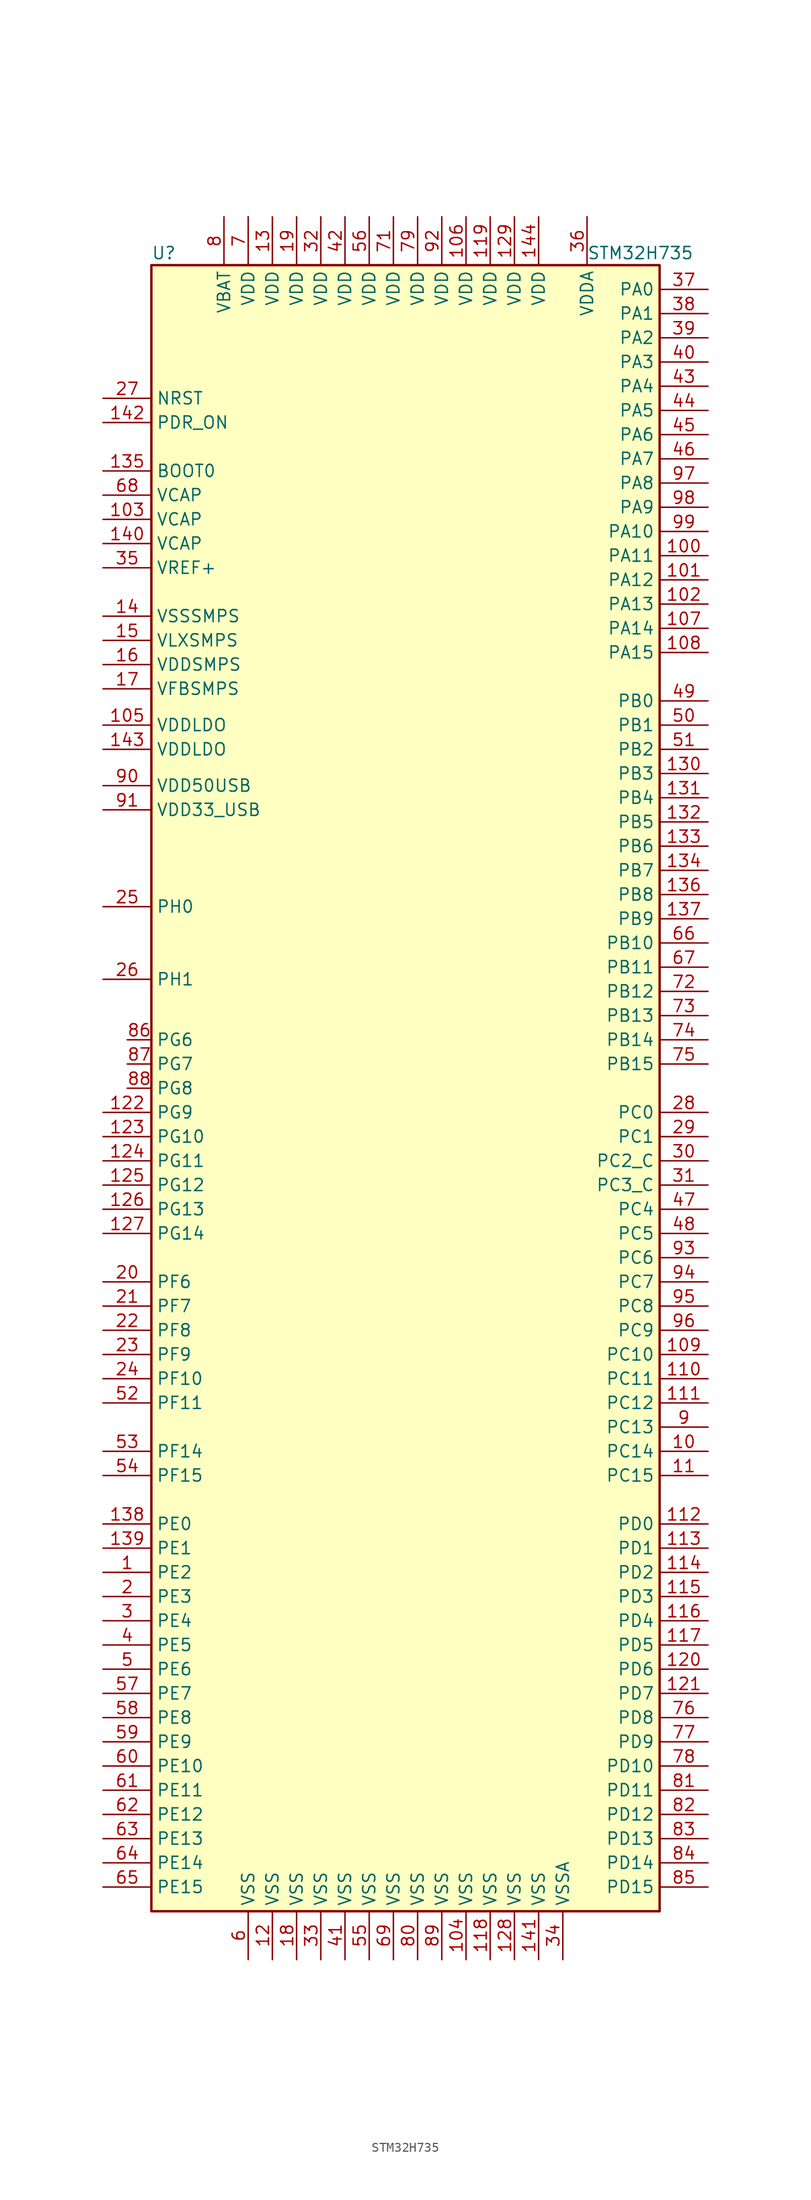
<source format=kicad_sym>
(kicad_symbol_lib
  (version 20211014)
  (generator kicad_symbol_editor)
  (symbol "STM32H735"
    (property "Reference" "U"
      (at -27.94 87.63 0)
      (effects (font (size 1.27 1.27)) (justify left)))
    (property "Value" "STM32H735"
      (at 17.78 87.63 0)
      (effects (font (size 1.27 1.27)) (justify left)))
    (symbol "STM32H735_0_0"
      (pin unspecified line (at 10.16 91.44 270) (length 5.08) (name "VDD" (effects (font (size 1.27 1.27)))) (number "129" (effects (font (size 1.27 1.27)))))
      (pin unspecified line (at -33.02 -45.72 0) (length 5.08) (name "PE0" (effects (font (size 1.27 1.27)))) (number "138" (effects (font (size 1.27 1.27)))))
      (pin unspecified line (at -33.02 -48.26 0) (length 5.08) (name "PE1" (effects (font (size 1.27 1.27)))) (number "139" (effects (font (size 1.27 1.27)))))
      (pin unspecified line (at 12.7 -91.44 90) (length 5.08) (name "VSS" (effects (font (size 1.27 1.27)))) (number "141" (effects (font (size 1.27 1.27)))))
      (pin bidirectional line (at -30.48 5.08 0) (length 2.54) (name "PG6" (effects (font (size 1.27 1.27)))) (number "86" (effects (font (size 1.27 1.27)))))
      (pin bidirectional line (at -30.48 2.54 0) (length 2.54) (name "PG7" (effects (font (size 1.27 1.27)))) (number "87" (effects (font (size 1.27 1.27)))))
      (pin bidirectional line (at -30.48 0 0) (length 2.54) (name "PG8" (effects (font (size 1.27 1.27)))) (number "88" (effects (font (size 1.27 1.27)))))
      (pin unspecified line (at -33.02 31.75 0) (length 5.08) (name "VDD50USB" (effects (font (size 1.27 1.27)))) (number "90" (effects (font (size 1.27 1.27))))))
    (symbol "STM32H735_0_1"
      (rectangle (start -27.94 -86.36) (end 25.4 86.36) (stroke (width 0.254) (type default) (color 0 0 0 0)) (fill (type background))))
    (symbol "STM32H735_1_1"
      (pin bidirectional line (at -33.02 -50.8 0) (length 5.08) (name "PE2" (effects (font (size 1.27 1.27)))) (number "1" (effects (font (size 1.27 1.27)))))
      (pin bidirectional line (at 30.48 -38.1 180) (length 5.08) (name "PC14" (effects (font (size 1.27 1.27)))) (number "10" (effects (font (size 1.27 1.27)))))
      (pin bidirectional line (at 30.48 55.88 180) (length 5.08) (name "PA11" (effects (font (size 1.27 1.27)))) (number "100" (effects (font (size 1.27 1.27)))))
      (pin bidirectional line (at 30.48 53.34 180) (length 5.08) (name "PA12" (effects (font (size 1.27 1.27)))) (number "101" (effects (font (size 1.27 1.27)))))
      (pin bidirectional line (at 30.48 50.8 180) (length 5.08) (name "PA13" (effects (font (size 1.27 1.27)))) (number "102" (effects (font (size 1.27 1.27)))))
      (pin power_in line (at -33.02 59.69 0) (length 5.08) (name "VCAP" (effects (font (size 1.27 1.27)))) (number "103" (effects (font (size 1.27 1.27)))))
      (pin power_in line (at 5.08 -91.44 90) (length 5.08) (name "VSS" (effects (font (size 1.27 1.27)))) (number "104" (effects (font (size 1.27 1.27)))))
      (pin power_in line (at -33.02 38.1 0) (length 5.08) (name "VDDLDO" (effects (font (size 1.27 1.27)))) (number "105" (effects (font (size 1.27 1.27)))))
      (pin power_in line (at 5.08 91.44 270) (length 5.08) (name "VDD" (effects (font (size 1.27 1.27)))) (number "106" (effects (font (size 1.27 1.27)))))
      (pin bidirectional line (at 30.48 48.26 180) (length 5.08) (name "PA14" (effects (font (size 1.27 1.27)))) (number "107" (effects (font (size 1.27 1.27)))))
      (pin bidirectional line (at 30.48 45.72 180) (length 5.08) (name "PA15" (effects (font (size 1.27 1.27)))) (number "108" (effects (font (size 1.27 1.27)))))
      (pin bidirectional line (at 30.48 -27.94 180) (length 5.08) (name "PC10" (effects (font (size 1.27 1.27)))) (number "109" (effects (font (size 1.27 1.27)))))
      (pin bidirectional line (at 30.48 -40.64 180) (length 5.08) (name "PC15" (effects (font (size 1.27 1.27)))) (number "11" (effects (font (size 1.27 1.27)))))
      (pin bidirectional line (at 30.48 -30.48 180) (length 5.08) (name "PC11" (effects (font (size 1.27 1.27)))) (number "110" (effects (font (size 1.27 1.27)))))
      (pin bidirectional line (at 30.48 -33.02 180) (length 5.08) (name "PC12" (effects (font (size 1.27 1.27)))) (number "111" (effects (font (size 1.27 1.27)))))
      (pin bidirectional line (at 30.48 -45.72 180) (length 5.08) (name "PD0" (effects (font (size 1.27 1.27)))) (number "112" (effects (font (size 1.27 1.27)))))
      (pin bidirectional line (at 30.48 -48.26 180) (length 5.08) (name "PD1" (effects (font (size 1.27 1.27)))) (number "113" (effects (font (size 1.27 1.27)))))
      (pin bidirectional line (at 30.48 -50.8 180) (length 5.08) (name "PD2" (effects (font (size 1.27 1.27)))) (number "114" (effects (font (size 1.27 1.27)))))
      (pin bidirectional line (at 30.48 -53.34 180) (length 5.08) (name "PD3" (effects (font (size 1.27 1.27)))) (number "115" (effects (font (size 1.27 1.27)))))
      (pin bidirectional line (at 30.48 -55.88 180) (length 5.08) (name "PD4" (effects (font (size 1.27 1.27)))) (number "116" (effects (font (size 1.27 1.27)))))
      (pin bidirectional line (at 30.48 -58.42 180) (length 5.08) (name "PD5" (effects (font (size 1.27 1.27)))) (number "117" (effects (font (size 1.27 1.27)))))
      (pin power_in line (at 7.62 -91.44 90) (length 5.08) (name "VSS" (effects (font (size 1.27 1.27)))) (number "118" (effects (font (size 1.27 1.27)))))
      (pin power_in line (at 7.62 91.44 270) (length 5.08) (name "VDD" (effects (font (size 1.27 1.27)))) (number "119" (effects (font (size 1.27 1.27)))))
      (pin power_in line (at -15.24 -91.44 90) (length 5.08) (name "VSS" (effects (font (size 1.27 1.27)))) (number "12" (effects (font (size 1.27 1.27)))))
      (pin bidirectional line (at 30.48 -60.96 180) (length 5.08) (name "PD6" (effects (font (size 1.27 1.27)))) (number "120" (effects (font (size 1.27 1.27)))))
      (pin bidirectional line (at 30.48 -63.5 180) (length 5.08) (name "PD7" (effects (font (size 1.27 1.27)))) (number "121" (effects (font (size 1.27 1.27)))))
      (pin bidirectional line (at -33.02 -2.54 0) (length 5.08) (name "PG9" (effects (font (size 1.27 1.27)))) (number "122" (effects (font (size 1.27 1.27)))))
      (pin bidirectional line (at -33.02 -5.08 0) (length 5.08) (name "PG10" (effects (font (size 1.27 1.27)))) (number "123" (effects (font (size 1.27 1.27)))))
      (pin bidirectional line (at -33.02 -7.62 0) (length 5.08) (name "PG11" (effects (font (size 1.27 1.27)))) (number "124" (effects (font (size 1.27 1.27)))))
      (pin bidirectional line (at -33.02 -10.16 0) (length 5.08) (name "PG12" (effects (font (size 1.27 1.27)))) (number "125" (effects (font (size 1.27 1.27)))))
      (pin bidirectional line (at -33.02 -12.7 0) (length 5.08) (name "PG13" (effects (font (size 1.27 1.27)))) (number "126" (effects (font (size 1.27 1.27)))))
      (pin bidirectional line (at -33.02 -15.24 0) (length 5.08) (name "PG14" (effects (font (size 1.27 1.27)))) (number "127" (effects (font (size 1.27 1.27)))))
      (pin power_in line (at 10.16 -91.44 90) (length 5.08) (name "VSS" (effects (font (size 1.27 1.27)))) (number "128" (effects (font (size 1.27 1.27)))))
      (pin power_in line (at -15.24 91.44 270) (length 5.08) (name "VDD" (effects (font (size 1.27 1.27)))) (number "13" (effects (font (size 1.27 1.27)))))
      (pin bidirectional line (at 30.48 33.02 180) (length 5.08) (name "PB3" (effects (font (size 1.27 1.27)))) (number "130" (effects (font (size 1.27 1.27)))))
      (pin bidirectional line (at 30.48 30.48 180) (length 5.08) (name "PB4" (effects (font (size 1.27 1.27)))) (number "131" (effects (font (size 1.27 1.27)))))
      (pin bidirectional line (at 30.48 27.94 180) (length 5.08) (name "PB5" (effects (font (size 1.27 1.27)))) (number "132" (effects (font (size 1.27 1.27)))))
      (pin bidirectional line (at 30.48 25.4 180) (length 5.08) (name "PB6" (effects (font (size 1.27 1.27)))) (number "133" (effects (font (size 1.27 1.27)))))
      (pin bidirectional line (at 30.48 22.86 180) (length 5.08) (name "PB7" (effects (font (size 1.27 1.27)))) (number "134" (effects (font (size 1.27 1.27)))))
      (pin input line (at -33.02 64.77 0) (length 5.08) (name "BOOT0" (effects (font (size 1.27 1.27)))) (number "135" (effects (font (size 1.27 1.27)))))
      (pin bidirectional line (at 30.48 20.32 180) (length 5.08) (name "PB8" (effects (font (size 1.27 1.27)))) (number "136" (effects (font (size 1.27 1.27)))))
      (pin bidirectional line (at 30.48 17.78 180) (length 5.08) (name "PB9" (effects (font (size 1.27 1.27)))) (number "137" (effects (font (size 1.27 1.27)))))
      (pin bidirectional line (at -33.02 49.53 0) (length 5.08) (name "VSSSMPS" (effects (font (size 1.27 1.27)))) (number "14" (effects (font (size 1.27 1.27)))))
      (pin power_in line (at -33.02 57.15 0) (length 5.08) (name "VCAP" (effects (font (size 1.27 1.27)))) (number "140" (effects (font (size 1.27 1.27)))))
      (pin input line (at -33.02 69.85 0) (length 5.08) (name "PDR_ON" (effects (font (size 1.27 1.27)))) (number "142" (effects (font (size 1.27 1.27)))))
      (pin power_in line (at -33.02 35.56 0) (length 5.08) (name "VDDLDO" (effects (font (size 1.27 1.27)))) (number "143" (effects (font (size 1.27 1.27)))))
      (pin power_in line (at 12.7 91.44 270) (length 5.08) (name "VDD" (effects (font (size 1.27 1.27)))) (number "144" (effects (font (size 1.27 1.27)))))
      (pin bidirectional line (at -33.02 46.99 0) (length 5.08) (name "VLXSMPS" (effects (font (size 1.27 1.27)))) (number "15" (effects (font (size 1.27 1.27)))))
      (pin bidirectional line (at -33.02 44.45 0) (length 5.08) (name "VDDSMPS" (effects (font (size 1.27 1.27)))) (number "16" (effects (font (size 1.27 1.27)))))
      (pin bidirectional line (at -33.02 41.91 0) (length 5.08) (name "VFBSMPS" (effects (font (size 1.27 1.27)))) (number "17" (effects (font (size 1.27 1.27)))))
      (pin power_in line (at -12.7 -91.44 90) (length 5.08) (name "VSS" (effects (font (size 1.27 1.27)))) (number "18" (effects (font (size 1.27 1.27)))))
      (pin power_in line (at -12.7 91.44 270) (length 5.08) (name "VDD" (effects (font (size 1.27 1.27)))) (number "19" (effects (font (size 1.27 1.27)))))
      (pin bidirectional line (at -33.02 -53.34 0) (length 5.08) (name "PE3" (effects (font (size 1.27 1.27)))) (number "2" (effects (font (size 1.27 1.27)))))
      (pin bidirectional line (at -33.02 -20.32 0) (length 5.08) (name "PF6" (effects (font (size 1.27 1.27)))) (number "20" (effects (font (size 1.27 1.27)))))
      (pin bidirectional line (at -33.02 -22.86 0) (length 5.08) (name "PF7" (effects (font (size 1.27 1.27)))) (number "21" (effects (font (size 1.27 1.27)))))
      (pin bidirectional line (at -33.02 -25.4 0) (length 5.08) (name "PF8" (effects (font (size 1.27 1.27)))) (number "22" (effects (font (size 1.27 1.27)))))
      (pin bidirectional line (at -33.02 -27.94 0) (length 5.08) (name "PF9" (effects (font (size 1.27 1.27)))) (number "23" (effects (font (size 1.27 1.27)))))
      (pin bidirectional line (at -33.02 -30.48 0) (length 5.08) (name "PF10" (effects (font (size 1.27 1.27)))) (number "24" (effects (font (size 1.27 1.27)))))
      (pin input line (at -33.02 19.05 0) (length 5.08) (name "PH0" (effects (font (size 1.27 1.27)))) (number "25" (effects (font (size 1.27 1.27)))))
      (pin input line (at -33.02 11.43 0) (length 5.08) (name "PH1" (effects (font (size 1.27 1.27)))) (number "26" (effects (font (size 1.27 1.27)))))
      (pin input line (at -33.02 72.39 0) (length 5.08) (name "NRST" (effects (font (size 1.27 1.27)))) (number "27" (effects (font (size 1.27 1.27)))))
      (pin bidirectional line (at 30.48 -2.54 180) (length 5.08) (name "PC0" (effects (font (size 1.27 1.27)))) (number "28" (effects (font (size 1.27 1.27)))))
      (pin bidirectional line (at 30.48 -5.08 180) (length 5.08) (name "PC1" (effects (font (size 1.27 1.27)))) (number "29" (effects (font (size 1.27 1.27)))))
      (pin bidirectional line (at -33.02 -55.88 0) (length 5.08) (name "PE4" (effects (font (size 1.27 1.27)))) (number "3" (effects (font (size 1.27 1.27)))))
      (pin bidirectional line (at 30.48 -7.62 180) (length 5.08) (name "PC2_C" (effects (font (size 1.27 1.27)))) (number "30" (effects (font (size 1.27 1.27)))))
      (pin bidirectional line (at 30.48 -10.16 180) (length 5.08) (name "PC3_C" (effects (font (size 1.27 1.27)))) (number "31" (effects (font (size 1.27 1.27)))))
      (pin power_in line (at -10.16 91.44 270) (length 5.08) (name "VDD" (effects (font (size 1.27 1.27)))) (number "32" (effects (font (size 1.27 1.27)))))
      (pin power_in line (at -10.16 -91.44 90) (length 5.08) (name "VSS" (effects (font (size 1.27 1.27)))) (number "33" (effects (font (size 1.27 1.27)))))
      (pin power_in line (at 15.24 -91.44 90) (length 5.08) (name "VSSA" (effects (font (size 1.27 1.27)))) (number "34" (effects (font (size 1.27 1.27)))))
      (pin bidirectional line (at -33.02 54.61 0) (length 5.08) (name "VREF+" (effects (font (size 1.27 1.27)))) (number "35" (effects (font (size 1.27 1.27)))))
      (pin power_in line (at 17.78 91.44 270) (length 5.08) (name "VDDA" (effects (font (size 1.27 1.27)))) (number "36" (effects (font (size 1.27 1.27)))))
      (pin bidirectional line (at 30.48 83.82 180) (length 5.08) (name "PA0" (effects (font (size 1.27 1.27)))) (number "37" (effects (font (size 1.27 1.27)))))
      (pin bidirectional line (at 30.48 81.28 180) (length 5.08) (name "PA1" (effects (font (size 1.27 1.27)))) (number "38" (effects (font (size 1.27 1.27)))))
      (pin bidirectional line (at 30.48 78.74 180) (length 5.08) (name "PA2" (effects (font (size 1.27 1.27)))) (number "39" (effects (font (size 1.27 1.27)))))
      (pin bidirectional line (at -33.02 -58.42 0) (length 5.08) (name "PE5" (effects (font (size 1.27 1.27)))) (number "4" (effects (font (size 1.27 1.27)))))
      (pin bidirectional line (at 30.48 76.2 180) (length 5.08) (name "PA3" (effects (font (size 1.27 1.27)))) (number "40" (effects (font (size 1.27 1.27)))))
      (pin power_in line (at -7.62 -91.44 90) (length 5.08) (name "VSS" (effects (font (size 1.27 1.27)))) (number "41" (effects (font (size 1.27 1.27)))))
      (pin power_in line (at -7.62 91.44 270) (length 5.08) (name "VDD" (effects (font (size 1.27 1.27)))) (number "42" (effects (font (size 1.27 1.27)))))
      (pin bidirectional line (at 30.48 73.66 180) (length 5.08) (name "PA4" (effects (font (size 1.27 1.27)))) (number "43" (effects (font (size 1.27 1.27)))))
      (pin bidirectional line (at 30.48 71.12 180) (length 5.08) (name "PA5" (effects (font (size 1.27 1.27)))) (number "44" (effects (font (size 1.27 1.27)))))
      (pin bidirectional line (at 30.48 68.58 180) (length 5.08) (name "PA6" (effects (font (size 1.27 1.27)))) (number "45" (effects (font (size 1.27 1.27)))))
      (pin bidirectional line (at 30.48 66.04 180) (length 5.08) (name "PA7" (effects (font (size 1.27 1.27)))) (number "46" (effects (font (size 1.27 1.27)))))
      (pin bidirectional line (at 30.48 -12.7 180) (length 5.08) (name "PC4" (effects (font (size 1.27 1.27)))) (number "47" (effects (font (size 1.27 1.27)))))
      (pin bidirectional line (at 30.48 -15.24 180) (length 5.08) (name "PC5" (effects (font (size 1.27 1.27)))) (number "48" (effects (font (size 1.27 1.27)))))
      (pin bidirectional line (at 30.48 40.64 180) (length 5.08) (name "PB0" (effects (font (size 1.27 1.27)))) (number "49" (effects (font (size 1.27 1.27)))))
      (pin bidirectional line (at -33.02 -60.96 0) (length 5.08) (name "PE6" (effects (font (size 1.27 1.27)))) (number "5" (effects (font (size 1.27 1.27)))))
      (pin bidirectional line (at 30.48 38.1 180) (length 5.08) (name "PB1" (effects (font (size 1.27 1.27)))) (number "50" (effects (font (size 1.27 1.27)))))
      (pin bidirectional line (at 30.48 35.56 180) (length 5.08) (name "PB2" (effects (font (size 1.27 1.27)))) (number "51" (effects (font (size 1.27 1.27)))))
      (pin bidirectional line (at -33.02 -33.02 0) (length 5.08) (name "PF11" (effects (font (size 1.27 1.27)))) (number "52" (effects (font (size 1.27 1.27)))))
      (pin bidirectional line (at -33.02 -38.1 0) (length 5.08) (name "PF14" (effects (font (size 1.27 1.27)))) (number "53" (effects (font (size 1.27 1.27)))))
      (pin bidirectional line (at -33.02 -40.64 0) (length 5.08) (name "PF15" (effects (font (size 1.27 1.27)))) (number "54" (effects (font (size 1.27 1.27)))))
      (pin power_in line (at -5.08 -91.44 90) (length 5.08) (name "VSS" (effects (font (size 1.27 1.27)))) (number "55" (effects (font (size 1.27 1.27)))))
      (pin power_in line (at -5.08 91.44 270) (length 5.08) (name "VDD" (effects (font (size 1.27 1.27)))) (number "56" (effects (font (size 1.27 1.27)))))
      (pin bidirectional line (at -33.02 -63.5 0) (length 5.08) (name "PE7" (effects (font (size 1.27 1.27)))) (number "57" (effects (font (size 1.27 1.27)))))
      (pin bidirectional line (at -33.02 -66.04 0) (length 5.08) (name "PE8" (effects (font (size 1.27 1.27)))) (number "58" (effects (font (size 1.27 1.27)))))
      (pin bidirectional line (at -33.02 -68.58 0) (length 5.08) (name "PE9" (effects (font (size 1.27 1.27)))) (number "59" (effects (font (size 1.27 1.27)))))
      (pin power_in line (at -17.78 -91.44 90) (length 5.08) (name "VSS" (effects (font (size 1.27 1.27)))) (number "6" (effects (font (size 1.27 1.27)))))
      (pin bidirectional line (at -33.02 -71.12 0) (length 5.08) (name "PE10" (effects (font (size 1.27 1.27)))) (number "60" (effects (font (size 1.27 1.27)))))
      (pin bidirectional line (at -33.02 -73.66 0) (length 5.08) (name "PE11" (effects (font (size 1.27 1.27)))) (number "61" (effects (font (size 1.27 1.27)))))
      (pin bidirectional line (at -33.02 -76.2 0) (length 5.08) (name "PE12" (effects (font (size 1.27 1.27)))) (number "62" (effects (font (size 1.27 1.27)))))
      (pin bidirectional line (at -33.02 -78.74 0) (length 5.08) (name "PE13" (effects (font (size 1.27 1.27)))) (number "63" (effects (font (size 1.27 1.27)))))
      (pin bidirectional line (at -33.02 -81.28 0) (length 5.08) (name "PE14" (effects (font (size 1.27 1.27)))) (number "64" (effects (font (size 1.27 1.27)))))
      (pin bidirectional line (at -33.02 -83.82 0) (length 5.08) (name "PE15" (effects (font (size 1.27 1.27)))) (number "65" (effects (font (size 1.27 1.27)))))
      (pin bidirectional line (at 30.48 15.24 180) (length 5.08) (name "PB10" (effects (font (size 1.27 1.27)))) (number "66" (effects (font (size 1.27 1.27)))))
      (pin bidirectional line (at 30.48 12.7 180) (length 5.08) (name "PB11" (effects (font (size 1.27 1.27)))) (number "67" (effects (font (size 1.27 1.27)))))
      (pin bidirectional line (at -33.02 62.23 0) (length 5.08) (name "VCAP" (effects (font (size 1.27 1.27)))) (number "68" (effects (font (size 1.27 1.27)))))
      (pin power_in line (at -2.54 -91.44 90) (length 5.08) (name "VSS" (effects (font (size 1.27 1.27)))) (number "69" (effects (font (size 1.27 1.27)))))
      (pin power_in line (at -17.78 91.44 270) (length 5.08) (name "VDD" (effects (font (size 1.27 1.27)))) (number "7" (effects (font (size 1.27 1.27)))))
      (pin power_in line (at -2.54 91.44 270) (length 5.08) (name "VDD" (effects (font (size 1.27 1.27)))) (number "71" (effects (font (size 1.27 1.27)))))
      (pin bidirectional line (at 30.48 10.16 180) (length 5.08) (name "PB12" (effects (font (size 1.27 1.27)))) (number "72" (effects (font (size 1.27 1.27)))))
      (pin bidirectional line (at 30.48 7.62 180) (length 5.08) (name "PB13" (effects (font (size 1.27 1.27)))) (number "73" (effects (font (size 1.27 1.27)))))
      (pin bidirectional line (at 30.48 5.08 180) (length 5.08) (name "PB14" (effects (font (size 1.27 1.27)))) (number "74" (effects (font (size 1.27 1.27)))))
      (pin bidirectional line (at 30.48 2.54 180) (length 5.08) (name "PB15" (effects (font (size 1.27 1.27)))) (number "75" (effects (font (size 1.27 1.27)))))
      (pin bidirectional line (at 30.48 -66.04 180) (length 5.08) (name "PD8" (effects (font (size 1.27 1.27)))) (number "76" (effects (font (size 1.27 1.27)))))
      (pin bidirectional line (at 30.48 -68.58 180) (length 5.08) (name "PD9" (effects (font (size 1.27 1.27)))) (number "77" (effects (font (size 1.27 1.27)))))
      (pin bidirectional line (at 30.48 -71.12 180) (length 5.08) (name "PD10" (effects (font (size 1.27 1.27)))) (number "78" (effects (font (size 1.27 1.27)))))
      (pin power_in line (at 0 91.44 270) (length 5.08) (name "VDD" (effects (font (size 1.27 1.27)))) (number "79" (effects (font (size 1.27 1.27)))))
      (pin power_in line (at -20.32 91.44 270) (length 5.08) (name "VBAT" (effects (font (size 1.27 1.27)))) (number "8" (effects (font (size 1.27 1.27)))))
      (pin power_in line (at 0 -91.44 90) (length 5.08) (name "VSS" (effects (font (size 1.27 1.27)))) (number "80" (effects (font (size 1.27 1.27)))))
      (pin bidirectional line (at 30.48 -73.66 180) (length 5.08) (name "PD11" (effects (font (size 1.27 1.27)))) (number "81" (effects (font (size 1.27 1.27)))))
      (pin bidirectional line (at 30.48 -76.2 180) (length 5.08) (name "PD12" (effects (font (size 1.27 1.27)))) (number "82" (effects (font (size 1.27 1.27)))))
      (pin bidirectional line (at 30.48 -78.74 180) (length 5.08) (name "PD13" (effects (font (size 1.27 1.27)))) (number "83" (effects (font (size 1.27 1.27)))))
      (pin bidirectional line (at 30.48 -81.28 180) (length 5.08) (name "PD14" (effects (font (size 1.27 1.27)))) (number "84" (effects (font (size 1.27 1.27)))))
      (pin bidirectional line (at 30.48 -83.82 180) (length 5.08) (name "PD15" (effects (font (size 1.27 1.27)))) (number "85" (effects (font (size 1.27 1.27)))))
      (pin power_in line (at 2.54 -91.44 90) (length 5.08) (name "VSS" (effects (font (size 1.27 1.27)))) (number "89" (effects (font (size 1.27 1.27)))))
      (pin bidirectional line (at 30.48 -35.56 180) (length 5.08) (name "PC13" (effects (font (size 1.27 1.27)))) (number "9" (effects (font (size 1.27 1.27)))))
      (pin power_in line (at -33.02 29.21 0) (length 5.08) (name "VDD33_USB" (effects (font (size 1.27 1.27)))) (number "91" (effects (font (size 1.27 1.27)))))
      (pin power_in line (at 2.54 91.44 270) (length 5.08) (name "VDD" (effects (font (size 1.27 1.27)))) (number "92" (effects (font (size 1.27 1.27)))))
      (pin bidirectional line (at 30.48 -17.78 180) (length 5.08) (name "PC6" (effects (font (size 1.27 1.27)))) (number "93" (effects (font (size 1.27 1.27)))))
      (pin bidirectional line (at 30.48 -20.32 180) (length 5.08) (name "PC7" (effects (font (size 1.27 1.27)))) (number "94" (effects (font (size 1.27 1.27)))))
      (pin bidirectional line (at 30.48 -22.86 180) (length 5.08) (name "PC8" (effects (font (size 1.27 1.27)))) (number "95" (effects (font (size 1.27 1.27)))))
      (pin bidirectional line (at 30.48 -25.4 180) (length 5.08) (name "PC9" (effects (font (size 1.27 1.27)))) (number "96" (effects (font (size 1.27 1.27)))))
      (pin bidirectional line (at 30.48 63.5 180) (length 5.08) (name "PA8" (effects (font (size 1.27 1.27)))) (number "97" (effects (font (size 1.27 1.27)))))
      (pin bidirectional line (at 30.48 60.96 180) (length 5.08) (name "PA9" (effects (font (size 1.27 1.27)))) (number "98" (effects (font (size 1.27 1.27)))))
      (pin bidirectional line (at 30.48 58.42 180) (length 5.08) (name "PA10" (effects (font (size 1.27 1.27)))) (number "99" (effects (font (size 1.27 1.27))))))))
</source>
